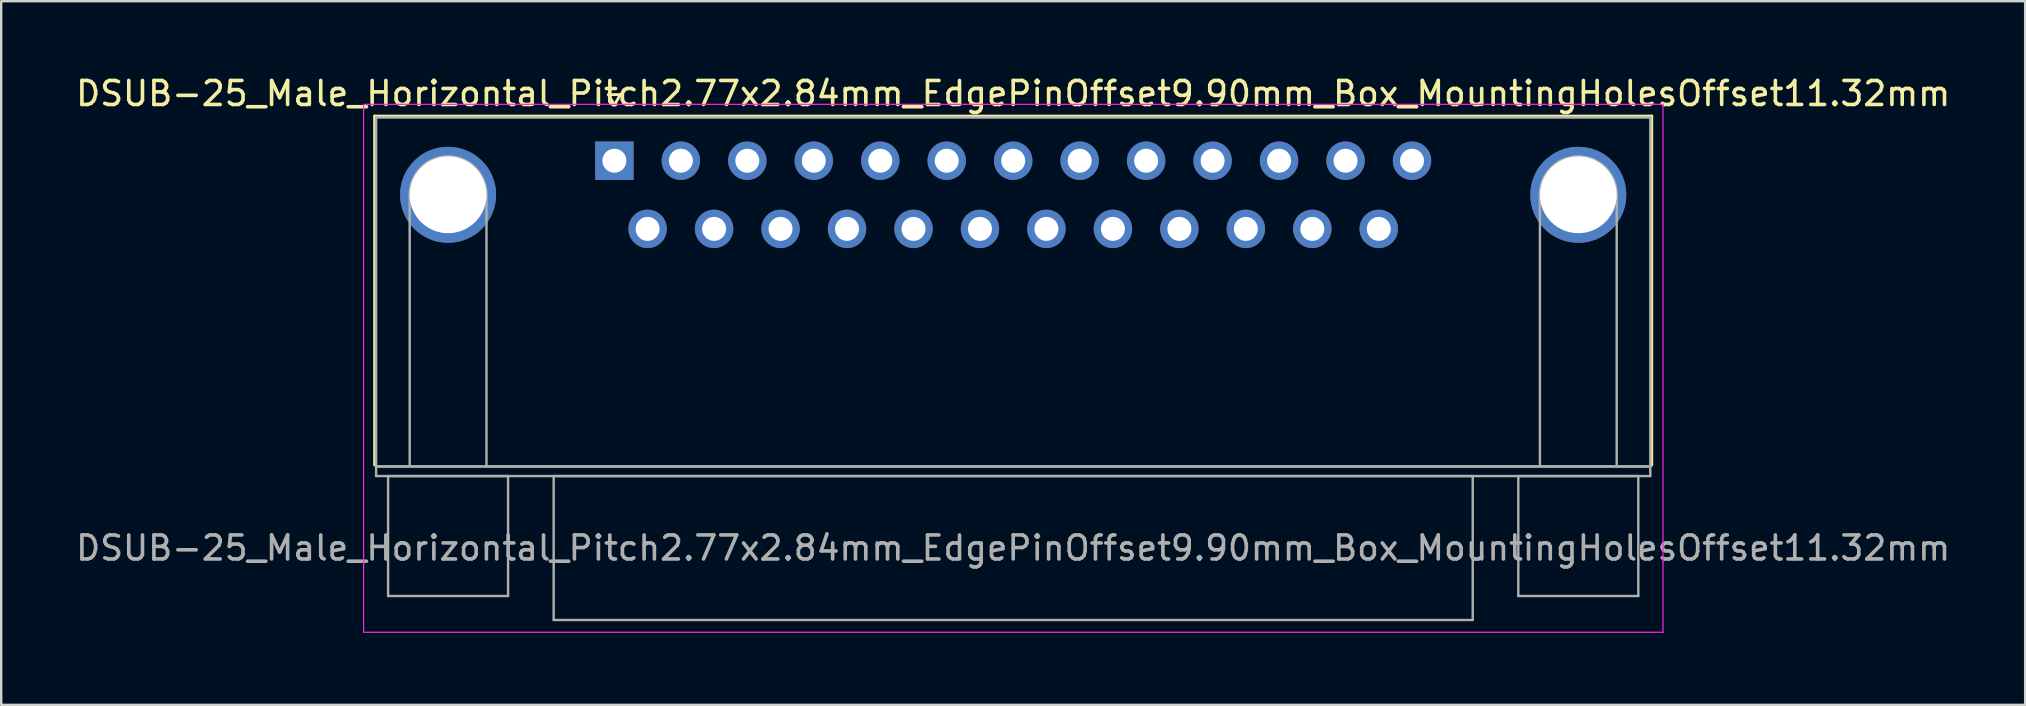
<source format=kicad_pcb>
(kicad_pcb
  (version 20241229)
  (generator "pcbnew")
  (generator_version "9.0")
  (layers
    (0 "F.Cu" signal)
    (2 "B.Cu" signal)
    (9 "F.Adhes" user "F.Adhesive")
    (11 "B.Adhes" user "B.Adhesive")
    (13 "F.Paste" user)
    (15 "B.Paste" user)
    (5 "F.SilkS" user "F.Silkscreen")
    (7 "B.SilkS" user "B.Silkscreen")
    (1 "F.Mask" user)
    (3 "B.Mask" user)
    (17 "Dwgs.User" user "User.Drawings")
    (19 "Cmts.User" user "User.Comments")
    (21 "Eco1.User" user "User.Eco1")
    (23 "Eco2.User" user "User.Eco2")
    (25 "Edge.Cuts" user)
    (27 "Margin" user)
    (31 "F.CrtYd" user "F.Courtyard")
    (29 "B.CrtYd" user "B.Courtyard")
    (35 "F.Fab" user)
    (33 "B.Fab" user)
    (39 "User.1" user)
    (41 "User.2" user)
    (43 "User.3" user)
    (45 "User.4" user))
  (footprint "DSUB-25_Male_Horizontal_Pitch2.77x2.84mm_EdgePinOffset9.90mm_Box_MountingHolesOffset11.32mm"
    (layer "F.Cu")
    (at 22.553 3.648)
    (property "Reference" "DSUB-25_Male_Horizontal_Pitch2.77x2.84mm_EdgePinOffset9.90mm_Box_MountingHolesOffset11.32mm" (at 16.62 -2.8 0) (layer "F.SilkS") (effects (font (size 1 1) (thickness 0.15))))
    (attr through_hole)
    (fp_line (start -9.99 -1.86) (end 43.23 -1.86) (stroke (width 0.12) (type solid)) (layer "F.SilkS"))
    (fp_line (start -9.99 12.68) (end -9.99 -1.86) (stroke (width 0.12) (type solid)) (layer "F.SilkS"))
    (fp_line (start -0.25 -2.754) (end 0.25 -2.754) (stroke (width 0.12) (type solid)) (layer "F.SilkS"))
    (fp_line (start 0 -2.321) (end -0.25 -2.754) (stroke (width 0.12) (type solid)) (layer "F.SilkS"))
    (fp_line (start 0.25 -2.754) (end 0 -2.321) (stroke (width 0.12) (type solid)) (layer "F.SilkS"))
    (fp_line (start 43.23 -1.86) (end 43.23 12.68) (stroke (width 0.12) (type solid)) (layer "F.SilkS"))
    (fp_line (start -10.45 -2.35) (end -10.45 19.65) (stroke (width 0.05) (type solid)) (layer "F.CrtYd"))
    (fp_line (start -10.45 19.65) (end 43.7 19.65) (stroke (width 0.05) (type solid)) (layer "F.CrtYd"))
    (fp_line (start 43.7 -2.35) (end -10.45 -2.35) (stroke (width 0.05) (type solid)) (layer "F.CrtYd"))
    (fp_line (start 43.7 19.65) (end 43.7 -2.35) (stroke (width 0.05) (type solid)) (layer "F.CrtYd"))
    (fp_line (start -9.93 -1.8) (end -9.93 12.74) (stroke (width 0.1) (type solid)) (layer "F.Fab"))
    (fp_line (start -9.93 12.74) (end -9.93 13.14) (stroke (width 0.1) (type solid)) (layer "F.Fab"))
    (fp_line (start -9.93 12.74) (end 43.17 12.74) (stroke (width 0.1) (type solid)) (layer "F.Fab"))
    (fp_line (start -9.93 13.14) (end 43.17 13.14) (stroke (width 0.1) (type solid)) (layer "F.Fab"))
    (fp_line (start -9.43 13.14) (end -9.43 18.14) (stroke (width 0.1) (type solid)) (layer "F.Fab"))
    (fp_line (start -9.43 18.14) (end -4.43 18.14) (stroke (width 0.1) (type solid)) (layer "F.Fab"))
    (fp_line (start -8.53 12.74) (end -8.53 1.42) (stroke (width 0.1) (type solid)) (layer "F.Fab"))
    (fp_line (start -5.33 12.74) (end -5.33 1.42) (stroke (width 0.1) (type solid)) (layer "F.Fab"))
    (fp_line (start -4.43 13.14) (end -9.43 13.14) (stroke (width 0.1) (type solid)) (layer "F.Fab"))
    (fp_line (start -4.43 18.14) (end -4.43 13.14) (stroke (width 0.1) (type solid)) (layer "F.Fab"))
    (fp_line (start -2.53 13.14) (end -2.53 19.14) (stroke (width 0.1) (type solid)) (layer "F.Fab"))
    (fp_line (start -2.53 19.14) (end 35.77 19.14) (stroke (width 0.1) (type solid)) (layer "F.Fab"))
    (fp_line (start 35.77 13.14) (end -2.53 13.14) (stroke (width 0.1) (type solid)) (layer "F.Fab"))
    (fp_line (start 35.77 19.14) (end 35.77 13.14) (stroke (width 0.1) (type solid)) (layer "F.Fab"))
    (fp_line (start 37.67 13.14) (end 37.67 18.14) (stroke (width 0.1) (type solid)) (layer "F.Fab"))
    (fp_line (start 37.67 18.14) (end 42.67 18.14) (stroke (width 0.1) (type solid)) (layer "F.Fab"))
    (fp_line (start 38.57 12.74) (end 38.57 1.42) (stroke (width 0.1) (type solid)) (layer "F.Fab"))
    (fp_line (start 41.77 12.74) (end 41.77 1.42) (stroke (width 0.1) (type solid)) (layer "F.Fab"))
    (fp_line (start 42.67 13.14) (end 37.67 13.14) (stroke (width 0.1) (type solid)) (layer "F.Fab"))
    (fp_line (start 42.67 18.14) (end 42.67 13.14) (stroke (width 0.1) (type solid)) (layer "F.Fab"))
    (fp_line (start 43.17 -1.8) (end -9.93 -1.8) (stroke (width 0.1) (type solid)) (layer "F.Fab"))
    (fp_line (start 43.17 12.74) (end -9.93 12.74) (stroke (width 0.1) (type solid)) (layer "F.Fab"))
    (fp_line (start 43.17 12.74) (end 43.17 -1.8) (stroke (width 0.1) (type solid)) (layer "F.Fab"))
    (fp_line (start 43.17 13.14) (end 43.17 12.74) (stroke (width 0.1) (type solid)) (layer "F.Fab"))
    (fp_arc (start -8.53 1.42) (mid -6.93 -0.18) (end -5.33 1.42) (stroke (width 0.1) (type solid)) (layer "F.Fab"))
    (fp_arc (start 38.57 1.42) (mid 40.17 -0.18) (end 41.77 1.42) (stroke (width 0.1) (type solid)) (layer "F.Fab"))
    (fp_text user "${REFERENCE}" (at 16.62 16.14 0) (layer "F.Fab") (effects (font (size 1 1) (thickness 0.15))))
    (pad "0" thru_hole circle (at -6.93 1.42) (size 4 4) (drill 3.2) (layers "*.Cu" "*.Mask"))
    (pad "0" thru_hole circle (at 40.17 1.42) (size 4 4) (drill 3.2) (layers "*.Cu" "*.Mask"))
    (pad "1" thru_hole rect (at 0 0) (size 1.6 1.6) (drill 1) (layers "*.Cu" "*.Mask"))
    (pad "2" thru_hole circle (at 2.77 0) (size 1.6 1.6) (drill 1) (layers "*.Cu" "*.Mask"))
    (pad "3" thru_hole circle (at 5.54 0) (size 1.6 1.6) (drill 1) (layers "*.Cu" "*.Mask"))
    (pad "4" thru_hole circle (at 8.31 0) (size 1.6 1.6) (drill 1) (layers "*.Cu" "*.Mask"))
    (pad "5" thru_hole circle (at 11.08 0) (size 1.6 1.6) (drill 1) (layers "*.Cu" "*.Mask"))
    (pad "6" thru_hole circle (at 13.85 0) (size 1.6 1.6) (drill 1) (layers "*.Cu" "*.Mask"))
    (pad "7" thru_hole circle (at 16.62 0) (size 1.6 1.6) (drill 1) (layers "*.Cu" "*.Mask"))
    (pad "8" thru_hole circle (at 19.39 0) (size 1.6 1.6) (drill 1) (layers "*.Cu" "*.Mask"))
    (pad "9" thru_hole circle (at 22.16 0) (size 1.6 1.6) (drill 1) (layers "*.Cu" "*.Mask"))
    (pad "10" thru_hole circle (at 24.93 0) (size 1.6 1.6) (drill 1) (layers "*.Cu" "*.Mask"))
    (pad "11" thru_hole circle (at 27.7 0) (size 1.6 1.6) (drill 1) (layers "*.Cu" "*.Mask"))
    (pad "12" thru_hole circle (at 30.47 0) (size 1.6 1.6) (drill 1) (layers "*.Cu" "*.Mask"))
    (pad "13" thru_hole circle (at 33.24 0) (size 1.6 1.6) (drill 1) (layers "*.Cu" "*.Mask"))
    (pad "14" thru_hole circle (at 1.385 2.84) (size 1.6 1.6) (drill 1) (layers "*.Cu" "*.Mask"))
    (pad "15" thru_hole circle (at 4.155 2.84) (size 1.6 1.6) (drill 1) (layers "*.Cu" "*.Mask"))
    (pad "16" thru_hole circle (at 6.925 2.84) (size 1.6 1.6) (drill 1) (layers "*.Cu" "*.Mask"))
    (pad "17" thru_hole circle (at 9.695 2.84) (size 1.6 1.6) (drill 1) (layers "*.Cu" "*.Mask"))
    (pad "18" thru_hole circle (at 12.465 2.84) (size 1.6 1.6) (drill 1) (layers "*.Cu" "*.Mask"))
    (pad "19" thru_hole circle (at 15.235 2.84) (size 1.6 1.6) (drill 1) (layers "*.Cu" "*.Mask"))
    (pad "20" thru_hole circle (at 18.005 2.84) (size 1.6 1.6) (drill 1) (layers "*.Cu" "*.Mask"))
    (pad "21" thru_hole circle (at 20.775 2.84) (size 1.6 1.6) (drill 1) (layers "*.Cu" "*.Mask"))
    (pad "22" thru_hole circle (at 23.545 2.84) (size 1.6 1.6) (drill 1) (layers "*.Cu" "*.Mask"))
    (pad "23" thru_hole circle (at 26.315 2.84) (size 1.6 1.6) (drill 1) (layers "*.Cu" "*.Mask"))
    (pad "24" thru_hole circle (at 29.085 2.84) (size 1.6 1.6) (drill 1) (layers "*.Cu" "*.Mask"))
    (pad "25" thru_hole circle (at 31.855 2.84) (size 1.6 1.6) (drill 1) (layers "*.Cu" "*.Mask")))
  (gr_rect
    (start -3 -3)
    (end 81.345 26.323)
    (stroke (width 0.1) (type default))
    (fill no)
    (layer "Edge.Cuts")))
</source>
